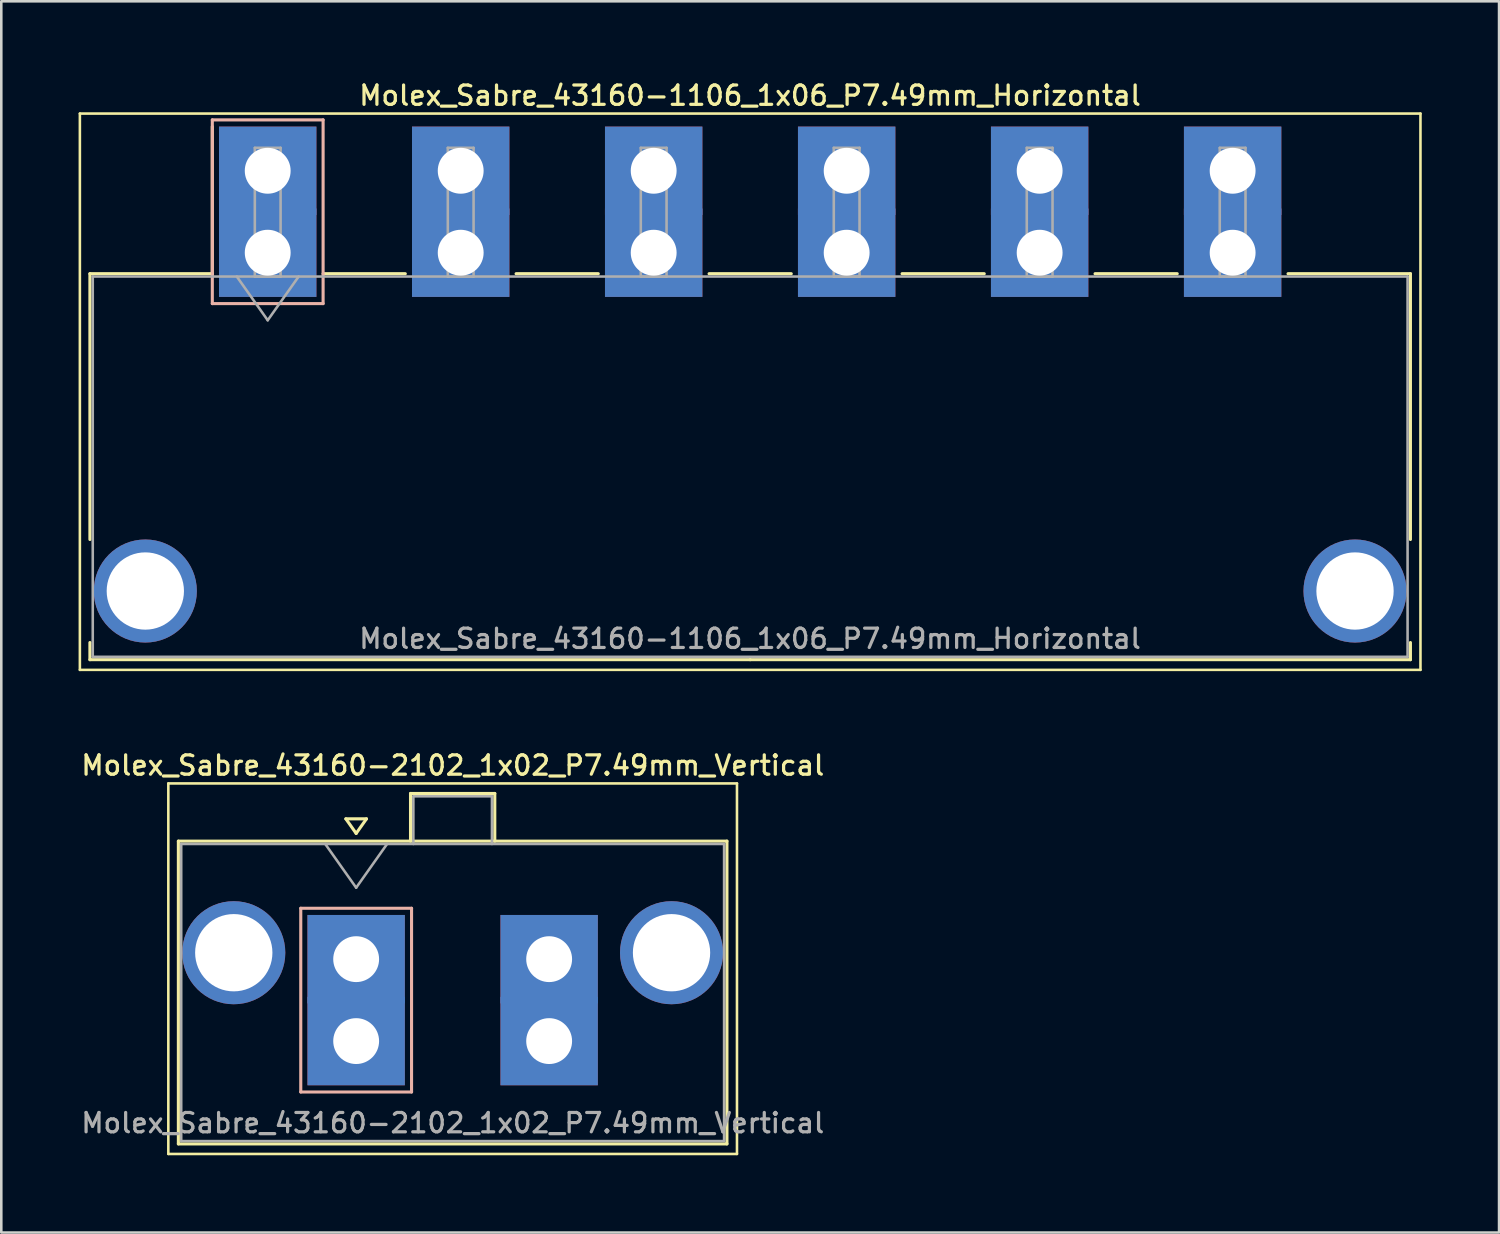
<source format=kicad_pcb>
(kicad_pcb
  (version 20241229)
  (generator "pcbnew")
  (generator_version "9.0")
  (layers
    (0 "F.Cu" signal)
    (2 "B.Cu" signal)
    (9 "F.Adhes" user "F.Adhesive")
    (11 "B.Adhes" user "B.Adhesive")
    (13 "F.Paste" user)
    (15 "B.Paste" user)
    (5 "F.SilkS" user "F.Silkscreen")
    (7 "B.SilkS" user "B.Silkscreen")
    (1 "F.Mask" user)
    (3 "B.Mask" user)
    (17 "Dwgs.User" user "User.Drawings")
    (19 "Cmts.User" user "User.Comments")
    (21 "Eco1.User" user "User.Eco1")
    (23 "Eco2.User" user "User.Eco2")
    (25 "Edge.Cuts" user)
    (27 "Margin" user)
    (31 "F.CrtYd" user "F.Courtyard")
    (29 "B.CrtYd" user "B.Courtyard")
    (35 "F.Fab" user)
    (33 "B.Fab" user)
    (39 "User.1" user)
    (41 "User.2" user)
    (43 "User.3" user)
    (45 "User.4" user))
  (footprint "Molex_Sabre_43160-2102_1x02_P7.49mm_Vertical"
    (layer "F.Cu")
    (at 10.773 37.356)
    (property "Reference" "Molex_Sabre_43160-2102_1x02_P7.49mm_Vertical" (at 3.75 -10.7 0) (layer "F.SilkS") (effects (font (size 0.75 0.75) (thickness 0.125))))
    (attr through_hole)
    (fp_line (start -7.29 -10) (end -7.29 4.38) (stroke (width 0.1) (type solid)) (layer "F.SilkS"))
    (fp_line (start -7.29 4.38) (end 14.78 4.38) (stroke (width 0.1) (type solid)) (layer "F.SilkS"))
    (fp_line (start -6.9 -7.76) (end -6.9 3.99) (stroke (width 0.12) (type solid)) (layer "F.SilkS"))
    (fp_line (start -6.9 3.99) (end 14.39 3.99) (stroke (width 0.12) (type solid)) (layer "F.SilkS"))
    (fp_line (start -0.4 -8.626) (end 0 -8.06) (stroke (width 0.12) (type solid)) (layer "F.SilkS"))
    (fp_line (start 0 -8.06) (end 0.4 -8.626) (stroke (width 0.12) (type solid)) (layer "F.SilkS"))
    (fp_line (start 0.4 -8.626) (end -0.4 -8.626) (stroke (width 0.12) (type solid)) (layer "F.SilkS"))
    (fp_line (start 2.11 -9.61) (end 5.38 -9.61) (stroke (width 0.12) (type solid)) (layer "F.SilkS"))
    (fp_line (start 2.11 -7.76) (end 2.11 -9.61) (stroke (width 0.12) (type solid)) (layer "F.SilkS"))
    (fp_line (start 5.38 -9.61) (end 5.38 -7.76) (stroke (width 0.12) (type solid)) (layer "F.SilkS"))
    (fp_line (start 14.39 -7.76) (end -6.9 -7.76) (stroke (width 0.12) (type solid)) (layer "F.SilkS"))
    (fp_line (start 14.39 3.99) (end 14.39 -7.76) (stroke (width 0.12) (type solid)) (layer "F.SilkS"))
    (fp_line (start 14.78 -10) (end -7.29 -10) (stroke (width 0.1) (type solid)) (layer "F.SilkS"))
    (fp_line (start 14.78 4.38) (end 14.78 -10) (stroke (width 0.1) (type solid)) (layer "F.SilkS"))
    (fp_line (start -2.15 -5.155) (end -2.15 1.975) (stroke (width 0.12) (type solid)) (layer "B.SilkS"))
    (fp_line (start -2.15 1.975) (end 2.15 1.975) (stroke (width 0.12) (type solid)) (layer "B.SilkS"))
    (fp_line (start 2.15 -5.155) (end -2.15 -5.155) (stroke (width 0.12) (type solid)) (layer "B.SilkS"))
    (fp_line (start 2.15 1.975) (end 2.15 -5.155) (stroke (width 0.12) (type solid)) (layer "B.SilkS"))
    (fp_line (start -6.79 -7.65) (end -6.79 3.88) (stroke (width 0.1) (type solid)) (layer "F.Fab"))
    (fp_line (start -6.79 3.88) (end 14.28 3.88) (stroke (width 0.1) (type solid)) (layer "F.Fab"))
    (fp_line (start -1.2 -7.65) (end 0 -5.953) (stroke (width 0.1) (type solid)) (layer "F.Fab"))
    (fp_line (start 0 -5.953) (end 1.2 -7.65) (stroke (width 0.1) (type solid)) (layer "F.Fab"))
    (fp_line (start 2.22 -9.5) (end 5.27 -9.5) (stroke (width 0.1) (type solid)) (layer "F.Fab"))
    (fp_line (start 2.22 -7.65) (end 2.22 -9.5) (stroke (width 0.1) (type solid)) (layer "F.Fab"))
    (fp_line (start 5.27 -9.5) (end 5.27 -7.65) (stroke (width 0.1) (type solid)) (layer "F.Fab"))
    (fp_line (start 14.28 -7.65) (end -6.79 -7.65) (stroke (width 0.1) (type solid)) (layer "F.Fab"))
    (fp_line (start 14.28 3.88) (end 14.28 -7.65) (stroke (width 0.1) (type solid)) (layer "F.Fab"))
    (fp_text user "${REFERENCE}" (at 3.75 3.18 0) (layer "F.Fab") (effects (font (size 0.75 0.75) (thickness 0.125))))
    (pad "" thru_hole circle (at -4.75 -3.43) (size 4 4) (drill 3) (layers "*.Cu" "*.Mask"))
    (pad "" thru_hole circle (at 12.24 -3.43) (size 4 4) (drill 3) (layers "*.Cu" "*.Mask"))
    (pad "1" thru_hole rect (at 0 -3.18) (size 3.78 3.43) (drill 1.78) (layers "*.Cu" "*.Mask"))
    (pad "1" thru_hole rect (at 0 0) (size 3.78 3.43) (drill 1.78) (layers "*.Cu" "*.Mask"))
    (pad "2" thru_hole rect (at 7.49 -3.18) (size 3.78 3.43) (drill 1.78) (layers "*.Cu" "*.Mask"))
    (pad "2" thru_hole rect (at 7.49 0) (size 3.78 3.43) (drill 1.78) (layers "*.Cu" "*.Mask")))
  (footprint "Molex_Sabre_43160-1106_1x06_P7.49mm_Horizontal"
    (layer "F.Cu")
    (at 7.34 6.758)
    (property "Reference" "Molex_Sabre_43160-1106_1x06_P7.49mm_Horizontal" (at 18.72 -6.1 0) (layer "F.SilkS") (effects (font (size 0.75 0.75) (thickness 0.125))))
    (attr through_hole)
    (fp_line (start -7.29 -5.4) (end -7.29 16.19) (stroke (width 0.1) (type solid)) (layer "F.SilkS"))
    (fp_line (start -7.29 16.19) (end 44.74 16.19) (stroke (width 0.1) (type solid)) (layer "F.SilkS"))
    (fp_line (start -6.9 0.815) (end -6.9 11.13) (stroke (width 0.12) (type solid)) (layer "F.SilkS"))
    (fp_line (start -6.9 15.13) (end -6.9 15.795) (stroke (width 0.12) (type solid)) (layer "F.SilkS"))
    (fp_line (start -6.9 15.795) (end 18.725 15.795) (stroke (width 0.12) (type solid)) (layer "F.SilkS"))
    (fp_line (start -2.15 0.815) (end -6.9 0.815) (stroke (width 0.12) (type solid)) (layer "F.SilkS"))
    (fp_line (start -2.15 0.815) (end -2.15 -4.895) (stroke (width 0.12) (type solid)) (layer "F.SilkS"))
    (fp_line (start 2.15 0.815) (end 5.34 0.815) (stroke (width 0.12) (type solid)) (layer "F.SilkS"))
    (fp_line (start 9.64 0.815) (end 12.83 0.815) (stroke (width 0.12) (type solid)) (layer "F.SilkS"))
    (fp_line (start 17.13 0.815) (end 20.32 0.815) (stroke (width 0.12) (type solid)) (layer "F.SilkS"))
    (fp_line (start 24.62 0.815) (end 27.81 0.815) (stroke (width 0.12) (type solid)) (layer "F.SilkS"))
    (fp_line (start 32.11 0.815) (end 35.3 0.815) (stroke (width 0.12) (type solid)) (layer "F.SilkS"))
    (fp_line (start 39.6 0.815) (end 44.35 0.815) (stroke (width 0.12) (type solid)) (layer "F.SilkS"))
    (fp_line (start 44.35 0.815) (end 44.35 11.13) (stroke (width 0.12) (type solid)) (layer "F.SilkS"))
    (fp_line (start 44.35 15.13) (end 44.35 15.795) (stroke (width 0.12) (type solid)) (layer "F.SilkS"))
    (fp_line (start 44.35 15.795) (end 18.725 15.795) (stroke (width 0.12) (type solid)) (layer "F.SilkS"))
    (fp_line (start 44.74 -5.4) (end -7.29 -5.4) (stroke (width 0.1) (type solid)) (layer "F.SilkS"))
    (fp_line (start 44.74 16.19) (end 44.74 -5.4) (stroke (width 0.1) (type solid)) (layer "F.SilkS"))
    (fp_line (start -2.15 -5.155) (end -2.15 1.975) (stroke (width 0.12) (type solid)) (layer "B.SilkS"))
    (fp_line (start -2.15 1.975) (end 2.15 1.975) (stroke (width 0.12) (type solid)) (layer "B.SilkS"))
    (fp_line (start 2.15 -5.155) (end -2.15 -5.155) (stroke (width 0.12) (type solid)) (layer "B.SilkS"))
    (fp_line (start 2.15 1.975) (end 2.15 -5.155) (stroke (width 0.12) (type solid)) (layer "B.SilkS"))
    (fp_line (start -6.79 0.925) (end -6.79 15.685) (stroke (width 0.1) (type solid)) (layer "F.Fab"))
    (fp_line (start -6.79 15.685) (end 44.24 15.685) (stroke (width 0.1) (type solid)) (layer "F.Fab"))
    (fp_line (start -1.2 0.925) (end 0 2.622) (stroke (width 0.1) (type solid)) (layer "F.Fab"))
    (fp_line (start -0.5 -4.07) (end 0.5 -4.07) (stroke (width 0.1) (type solid)) (layer "F.Fab"))
    (fp_line (start -0.5 0.925) (end -0.5 -4.07) (stroke (width 0.1) (type solid)) (layer "F.Fab"))
    (fp_line (start 0 2.622) (end 1.2 0.925) (stroke (width 0.1) (type solid)) (layer "F.Fab"))
    (fp_line (start 0.5 -4.07) (end 0.5 0.925) (stroke (width 0.1) (type solid)) (layer "F.Fab"))
    (fp_line (start 0.5 0.925) (end -0.5 0.925) (stroke (width 0.1) (type solid)) (layer "F.Fab"))
    (fp_line (start 6.99 -4.07) (end 7.99 -4.07) (stroke (width 0.1) (type solid)) (layer "F.Fab"))
    (fp_line (start 6.99 0.925) (end 6.99 -4.07) (stroke (width 0.1) (type solid)) (layer "F.Fab"))
    (fp_line (start 7.99 -4.07) (end 7.99 0.925) (stroke (width 0.1) (type solid)) (layer "F.Fab"))
    (fp_line (start 7.99 0.925) (end 6.99 0.925) (stroke (width 0.1) (type solid)) (layer "F.Fab"))
    (fp_line (start 14.48 -4.07) (end 15.48 -4.07) (stroke (width 0.1) (type solid)) (layer "F.Fab"))
    (fp_line (start 14.48 0.925) (end 14.48 -4.07) (stroke (width 0.1) (type solid)) (layer "F.Fab"))
    (fp_line (start 15.48 -4.07) (end 15.48 0.925) (stroke (width 0.1) (type solid)) (layer "F.Fab"))
    (fp_line (start 15.48 0.925) (end 14.48 0.925) (stroke (width 0.1) (type solid)) (layer "F.Fab"))
    (fp_line (start 21.97 -4.07) (end 22.97 -4.07) (stroke (width 0.1) (type solid)) (layer "F.Fab"))
    (fp_line (start 21.97 0.925) (end 21.97 -4.07) (stroke (width 0.1) (type solid)) (layer "F.Fab"))
    (fp_line (start 22.97 -4.07) (end 22.97 0.925) (stroke (width 0.1) (type solid)) (layer "F.Fab"))
    (fp_line (start 22.97 0.925) (end 21.97 0.925) (stroke (width 0.1) (type solid)) (layer "F.Fab"))
    (fp_line (start 29.46 -4.07) (end 30.46 -4.07) (stroke (width 0.1) (type solid)) (layer "F.Fab"))
    (fp_line (start 29.46 0.925) (end 29.46 -4.07) (stroke (width 0.1) (type solid)) (layer "F.Fab"))
    (fp_line (start 30.46 -4.07) (end 30.46 0.925) (stroke (width 0.1) (type solid)) (layer "F.Fab"))
    (fp_line (start 30.46 0.925) (end 29.46 0.925) (stroke (width 0.1) (type solid)) (layer "F.Fab"))
    (fp_line (start 36.95 -4.07) (end 37.95 -4.07) (stroke (width 0.1) (type solid)) (layer "F.Fab"))
    (fp_line (start 36.95 0.925) (end 36.95 -4.07) (stroke (width 0.1) (type solid)) (layer "F.Fab"))
    (fp_line (start 37.95 -4.07) (end 37.95 0.925) (stroke (width 0.1) (type solid)) (layer "F.Fab"))
    (fp_line (start 37.95 0.925) (end 36.95 0.925) (stroke (width 0.1) (type solid)) (layer "F.Fab"))
    (fp_line (start 44.24 0.925) (end -6.79 0.925) (stroke (width 0.1) (type solid)) (layer "F.Fab"))
    (fp_line (start 44.24 15.685) (end 44.24 0.925) (stroke (width 0.1) (type solid)) (layer "F.Fab"))
    (fp_text user "${REFERENCE}" (at 18.72 14.98 0) (layer "F.Fab") (effects (font (size 0.75 0.75) (thickness 0.125))))
    (pad "" thru_hole circle (at -4.75 13.13) (size 4 4) (drill 3) (layers "*.Cu" "*.Mask"))
    (pad "" thru_hole circle (at 42.2 13.13) (size 4 4) (drill 3) (layers "*.Cu" "*.Mask"))
    (pad "1" thru_hole rect (at 0 -3.18) (size 3.78 3.43) (drill 1.78) (layers "*.Cu" "*.Mask"))
    (pad "1" thru_hole rect (at 0 0) (size 3.78 3.43) (drill 1.78) (layers "*.Cu" "*.Mask"))
    (pad "2" thru_hole rect (at 7.49 -3.18) (size 3.78 3.43) (drill 1.78) (layers "*.Cu" "*.Mask"))
    (pad "2" thru_hole rect (at 7.49 0) (size 3.78 3.43) (drill 1.78) (layers "*.Cu" "*.Mask"))
    (pad "3" thru_hole rect (at 14.98 -3.18) (size 3.78 3.43) (drill 1.78) (layers "*.Cu" "*.Mask"))
    (pad "3" thru_hole rect (at 14.98 0) (size 3.78 3.43) (drill 1.78) (layers "*.Cu" "*.Mask"))
    (pad "4" thru_hole rect (at 22.47 -3.18) (size 3.78 3.43) (drill 1.78) (layers "*.Cu" "*.Mask"))
    (pad "4" thru_hole rect (at 22.47 0) (size 3.78 3.43) (drill 1.78) (layers "*.Cu" "*.Mask"))
    (pad "5" thru_hole rect (at 29.96 -3.18) (size 3.78 3.43) (drill 1.78) (layers "*.Cu" "*.Mask"))
    (pad "5" thru_hole rect (at 29.96 0) (size 3.78 3.43) (drill 1.78) (layers "*.Cu" "*.Mask"))
    (pad "6" thru_hole rect (at 37.45 -3.18) (size 3.78 3.43) (drill 1.78) (layers "*.Cu" "*.Mask"))
    (pad "6" thru_hole rect (at 37.45 0) (size 3.78 3.43) (drill 1.78) (layers "*.Cu" "*.Mask")))
  (gr_rect
    (start -3 -3)
    (end 55.13 44.786)
    (stroke (width 0.1) (type default))
    (fill no)
    (layer "Edge.Cuts")))
</source>
